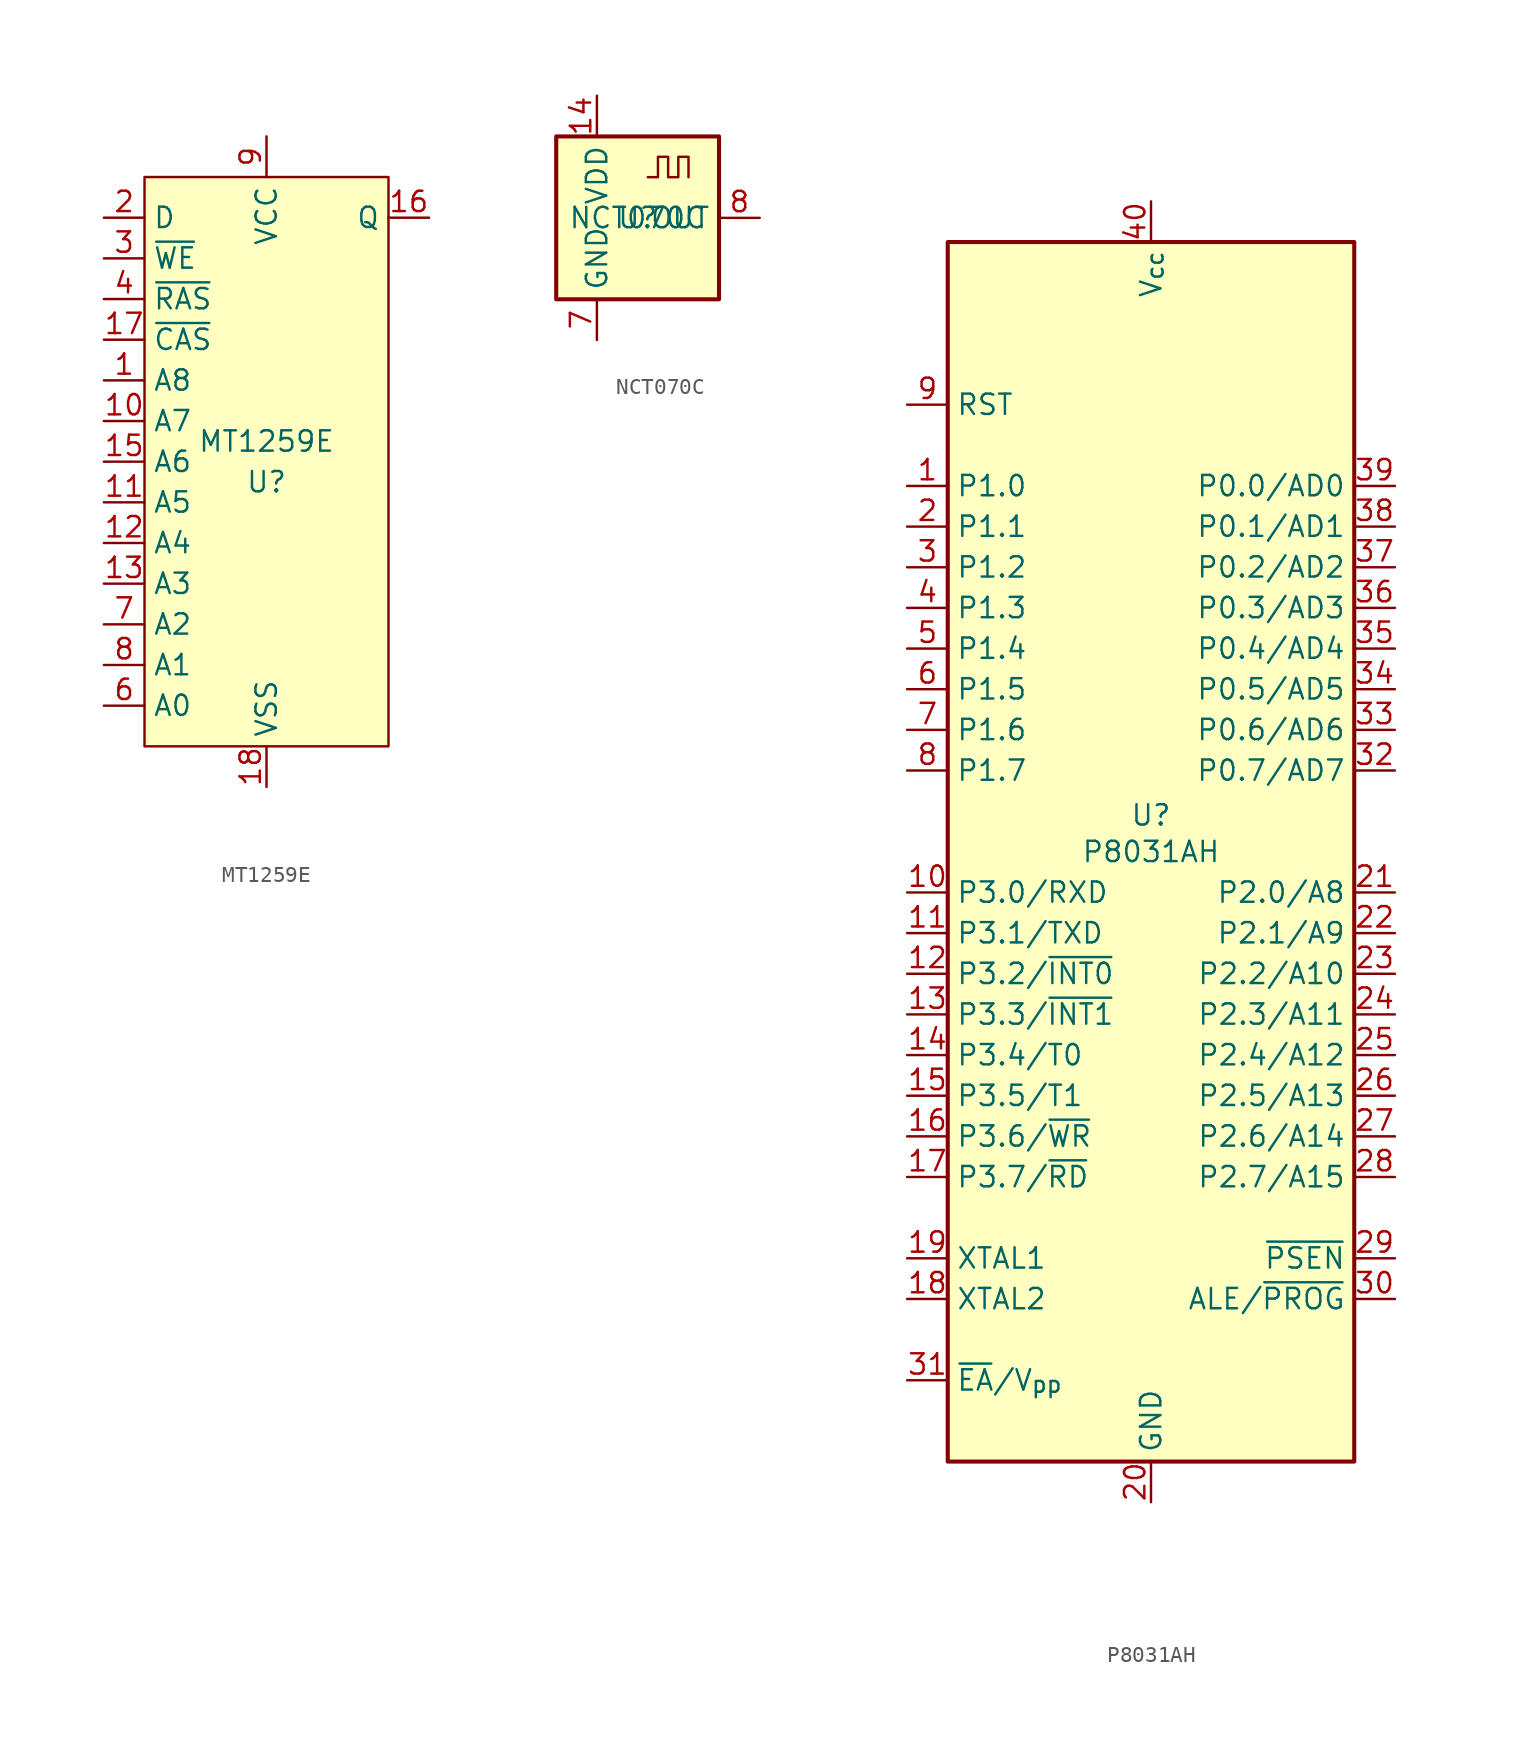
<source format=kicad_sym>
(kicad_symbol_lib
  (version 20231120)
  (generator "kicad_symbol_editor")
  (generator_version "8.0")
  (symbol "MT1259E"
    (property "Reference" "U"
      (at 0 -1.27 0)
      (do_not_autoplace)
      (effects (font (size 1.27 1.27))))
    (property "Value" "MT1259E"
      (at 0 1.27 0)
      (do_not_autoplace)
      (effects (font (size 1.27 1.27))))
    (symbol "MT1259E_0_1"
      (rectangle (start -7.62 17.78) (end 7.62 -17.78) (stroke (width 0) (type default)) (fill (type background))))
    (symbol "MT1259E_1_1"
      (pin input line (at -10.16 5.08 0) (length 2.54) (name "A8" (effects (font (size 1.27 1.27)))) (number "1" (effects (font (size 1.27 1.27)))))
      (pin input line (at -10.16 2.54 0) (length 2.54) (name "A7" (effects (font (size 1.27 1.27)))) (number "10" (effects (font (size 1.27 1.27)))))
      (pin input line (at -10.16 -2.54 0) (length 2.54) (name "A5" (effects (font (size 1.27 1.27)))) (number "11" (effects (font (size 1.27 1.27)))))
      (pin input line (at -10.16 -5.08 0) (length 2.54) (name "A4" (effects (font (size 1.27 1.27)))) (number "12" (effects (font (size 1.27 1.27)))))
      (pin input line (at -10.16 -7.62 0) (length 2.54) (name "A3" (effects (font (size 1.27 1.27)))) (number "13" (effects (font (size 1.27 1.27)))))
      (pin input line (at -10.16 0 0) (length 2.54) (name "A6" (effects (font (size 1.27 1.27)))) (number "15" (effects (font (size 1.27 1.27)))))
      (pin output line (at 10.16 15.24 180) (length 2.54) (name "Q" (effects (font (size 1.27 1.27)))) (number "16" (effects (font (size 1.27 1.27)))))
      (pin input line (at -10.16 7.62 0) (length 2.54) (name "~{CAS}" (effects (font (size 1.27 1.27)))) (number "17" (effects (font (size 1.27 1.27)))))
      (pin power_in line (at 0 -20.32 90) (length 2.54) (name "VSS" (effects (font (size 1.27 1.27)))) (number "18" (effects (font (size 1.27 1.27)))))
      (pin input line (at -10.16 15.24 0) (length 2.54) (name "D" (effects (font (size 1.27 1.27)))) (number "2" (effects (font (size 1.27 1.27)))))
      (pin input line (at -10.16 12.7 0) (length 2.54) (name "~{WE}" (effects (font (size 1.27 1.27)))) (number "3" (effects (font (size 1.27 1.27)))))
      (pin input line (at -10.16 10.16 0) (length 2.54) (name "~{RAS}" (effects (font (size 1.27 1.27)))) (number "4" (effects (font (size 1.27 1.27)))))
      (pin input line (at -10.16 -15.24 0) (length 2.54) (name "A0" (effects (font (size 1.27 1.27)))) (number "6" (effects (font (size 1.27 1.27)))))
      (pin input line (at -10.16 -10.16 0) (length 2.54) (name "A2" (effects (font (size 1.27 1.27)))) (number "7" (effects (font (size 1.27 1.27)))))
      (pin input line (at -10.16 -12.7 0) (length 2.54) (name "A1" (effects (font (size 1.27 1.27)))) (number "8" (effects (font (size 1.27 1.27)))))
      (pin power_in line (at 0 20.32 270) (length 2.54) (name "VCC" (effects (font (size 1.27 1.27)))) (number "9" (effects (font (size 1.27 1.27)))))))
  (symbol "NCT070C"
    (property "Reference" "U"
      (at 0 0 0)
      (effects (font (size 1.27 1.27))))
    (property "Value" "NCT070C"
      (at 0 0 0)
      (effects (font (size 1.27 1.27))))
    (symbol "NCT070C_0_1"
      (rectangle (start -5.08 5.08) (end 5.08 -5.08) (stroke (width 0.254) (type default)) (fill (type background)))
      (polyline (pts (xy 0.635 2.54) (xy 1.27 2.54) (xy 1.27 3.81) (xy 1.905 3.81) (xy 1.905 2.54) (xy 2.54 2.54) (xy 2.54 3.81) (xy 3.175 3.81) (xy 3.175 2.54)) (stroke (width 0) (type default)) (fill (type none))))
    (symbol "NCT070C_1_1"
      (pin power_in line (at -2.54 7.62 270) (length 2.54) (name "VDD" (effects (font (size 1.27 1.27)))) (number "14" (effects (font (size 1.27 1.27)))))
      (pin passive line (at -2.54 -7.62 90) (length 2.54) hide (name "GND" (effects (font (size 1.27 1.27)))) (number "2" (effects (font (size 1.27 1.27)))))
      (pin power_in line (at -2.54 -7.62 90) (length 2.54) (name "GND" (effects (font (size 1.27 1.27)))) (number "7" (effects (font (size 1.27 1.27)))))
      (pin output line (at 7.62 0 180) (length 2.54) (name "OUT" (effects (font (size 1.27 1.27)))) (number "8" (effects (font (size 1.27 1.27)))))))
  (symbol "P8031AH"
    (property "Reference" "U"
      (at 0 2.286 0)
      (do_not_autoplace)
      (effects (font (size 1.27 1.27))))
    (property "Value" "P8031AH"
      (at 0 0 0)
      (do_not_autoplace)
      (effects (font (size 1.27 1.27))))
    (symbol "P8031AH_1_0"
      (pin bidirectional line (at -15.24 17.78 0) (length 2.54) (name "P1.2" (effects (font (size 1.27 1.27)))) (number "3" (effects (font (size 1.27 1.27))))))
    (symbol "P8031AH_1_1"
      (polyline (pts (xy -12.7 38.1) (xy 12.7 38.1) (xy 12.7 -38.1) (xy -12.7 -38.1) (xy -12.7 38.1)) (stroke (width 0.254) (type default)) (fill (type background)))
      (pin bidirectional line (at -15.24 22.86 0) (length 2.54) (name "P1.0" (effects (font (size 1.27 1.27)))) (number "1" (effects (font (size 1.27 1.27)))))
      (pin bidirectional line (at -15.24 -2.54 0) (length 2.54) (name "P3.0/RXD" (effects (font (size 1.27 1.27)))) (number "10" (effects (font (size 1.27 1.27)))) (alternate "RXD" input line))
      (pin bidirectional line (at -15.24 -5.08 0) (length 2.54) (name "P3.1/TXD" (effects (font (size 1.27 1.27)))) (number "11" (effects (font (size 1.27 1.27)))) (alternate "TXD" output line))
      (pin bidirectional line (at -15.24 -7.62 0) (length 2.54) (name "P3.2/~{INT0}" (effects (font (size 1.27 1.27)))) (number "12" (effects (font (size 1.27 1.27)))) (alternate "~{INT0}" input line))
      (pin bidirectional line (at -15.24 -10.16 0) (length 2.54) (name "P3.3/~{INT1}" (effects (font (size 1.27 1.27)))) (number "13" (effects (font (size 1.27 1.27)))) (alternate "~{INT1}" input line))
      (pin bidirectional line (at -15.24 -12.7 0) (length 2.54) (name "P3.4/T0" (effects (font (size 1.27 1.27)))) (number "14" (effects (font (size 1.27 1.27)))) (alternate "T0" input line))
      (pin bidirectional line (at -15.24 -15.24 0) (length 2.54) (name "P3.5/T1" (effects (font (size 1.27 1.27)))) (number "15" (effects (font (size 1.27 1.27)))) (alternate "T1" input line))
      (pin bidirectional line (at -15.24 -17.78 0) (length 2.54) (name "P3.6/~{WR}" (effects (font (size 1.27 1.27)))) (number "16" (effects (font (size 1.27 1.27)))) (alternate "~{WR}" output line))
      (pin bidirectional line (at -15.24 -20.32 0) (length 2.54) (name "P3.7/~{RD}" (effects (font (size 1.27 1.27)))) (number "17" (effects (font (size 1.27 1.27)))) (alternate "~{RD}" input line))
      (pin input line (at -15.24 -27.94 0) (length 2.54) (name "XTAL2" (effects (font (size 1.27 1.27)))) (number "18" (effects (font (size 1.27 1.27)))))
      (pin input line (at -15.24 -25.4 0) (length 2.54) (name "XTAL1" (effects (font (size 1.27 1.27)))) (number "19" (effects (font (size 1.27 1.27)))))
      (pin bidirectional line (at -15.24 20.32 0) (length 2.54) (name "P1.1" (effects (font (size 1.27 1.27)))) (number "2" (effects (font (size 1.27 1.27)))))
      (pin power_in line (at 0 -40.64 90) (length 2.54) (name "GND" (effects (font (size 1.27 1.27)))) (number "20" (effects (font (size 1.27 1.27)))))
      (pin bidirectional line (at 15.24 -2.54 180) (length 2.54) (name "P2.0/A8" (effects (font (size 1.27 1.27)))) (number "21" (effects (font (size 1.27 1.27)))))
      (pin bidirectional line (at 15.24 -5.08 180) (length 2.54) (name "P2.1/A9" (effects (font (size 1.27 1.27)))) (number "22" (effects (font (size 1.27 1.27)))))
      (pin bidirectional line (at 15.24 -7.62 180) (length 2.54) (name "P2.2/A10" (effects (font (size 1.27 1.27)))) (number "23" (effects (font (size 1.27 1.27)))))
      (pin bidirectional line (at 15.24 -10.16 180) (length 2.54) (name "P2.3/A11" (effects (font (size 1.27 1.27)))) (number "24" (effects (font (size 1.27 1.27)))))
      (pin bidirectional line (at 15.24 -12.7 180) (length 2.54) (name "P2.4/A12" (effects (font (size 1.27 1.27)))) (number "25" (effects (font (size 1.27 1.27)))))
      (pin bidirectional line (at 15.24 -15.24 180) (length 2.54) (name "P2.5/A13" (effects (font (size 1.27 1.27)))) (number "26" (effects (font (size 1.27 1.27)))))
      (pin bidirectional line (at 15.24 -17.78 180) (length 2.54) (name "P2.6/A14" (effects (font (size 1.27 1.27)))) (number "27" (effects (font (size 1.27 1.27)))))
      (pin bidirectional line (at 15.24 -20.32 180) (length 2.54) (name "P2.7/A15" (effects (font (size 1.27 1.27)))) (number "28" (effects (font (size 1.27 1.27)))))
      (pin output line (at 15.24 -25.4 180) (length 2.54) (name "~{PSEN}" (effects (font (size 1.27 1.27)))) (number "29" (effects (font (size 1.27 1.27)))))
      (pin output line (at 15.24 -27.94 180) (length 2.54) (name "ALE/~{PROG}" (effects (font (size 1.27 1.27)))) (number "30" (effects (font (size 1.27 1.27)))) (alternate "~{PROG}" input line))
      (pin input line (at -15.24 -33.02 0) (length 2.54) (name "~{EA}/V_{pp}" (effects (font (size 1.27 1.27)))) (number "31" (effects (font (size 1.27 1.27)))))
      (pin bidirectional line (at 15.24 5.08 180) (length 2.54) (name "P0.7/AD7" (effects (font (size 1.27 1.27)))) (number "32" (effects (font (size 1.27 1.27)))))
      (pin bidirectional line (at 15.24 7.62 180) (length 2.54) (name "P0.6/AD6" (effects (font (size 1.27 1.27)))) (number "33" (effects (font (size 1.27 1.27)))))
      (pin bidirectional line (at 15.24 10.16 180) (length 2.54) (name "P0.5/AD5" (effects (font (size 1.27 1.27)))) (number "34" (effects (font (size 1.27 1.27)))))
      (pin bidirectional line (at 15.24 12.7 180) (length 2.54) (name "P0.4/AD4" (effects (font (size 1.27 1.27)))) (number "35" (effects (font (size 1.27 1.27)))))
      (pin bidirectional line (at 15.24 15.24 180) (length 2.54) (name "P0.3/AD3" (effects (font (size 1.27 1.27)))) (number "36" (effects (font (size 1.27 1.27)))))
      (pin bidirectional line (at 15.24 17.78 180) (length 2.54) (name "P0.2/AD2" (effects (font (size 1.27 1.27)))) (number "37" (effects (font (size 1.27 1.27)))))
      (pin bidirectional line (at 15.24 20.32 180) (length 2.54) (name "P0.1/AD1" (effects (font (size 1.27 1.27)))) (number "38" (effects (font (size 1.27 1.27)))))
      (pin bidirectional line (at 15.24 22.86 180) (length 2.54) (name "P0.0/AD0" (effects (font (size 1.27 1.27)))) (number "39" (effects (font (size 1.27 1.27)))))
      (pin bidirectional line (at -15.24 15.24 0) (length 2.54) (name "P1.3" (effects (font (size 1.27 1.27)))) (number "4" (effects (font (size 1.27 1.27)))))
      (pin power_in line (at 0 40.64 270) (length 2.54) (name "V_{cc}" (effects (font (size 1.27 1.27)))) (number "40" (effects (font (size 1.27 1.27)))))
      (pin bidirectional line (at -15.24 12.7 0) (length 2.54) (name "P1.4" (effects (font (size 1.27 1.27)))) (number "5" (effects (font (size 1.27 1.27)))))
      (pin bidirectional line (at -15.24 10.16 0) (length 2.54) (name "P1.5" (effects (font (size 1.27 1.27)))) (number "6" (effects (font (size 1.27 1.27)))) (alternate "MOSI" output line))
      (pin bidirectional line (at -15.24 7.62 0) (length 2.54) (name "P1.6" (effects (font (size 1.27 1.27)))) (number "7" (effects (font (size 1.27 1.27)))) (alternate "MISO" input line))
      (pin bidirectional line (at -15.24 5.08 0) (length 2.54) (name "P1.7" (effects (font (size 1.27 1.27)))) (number "8" (effects (font (size 1.27 1.27)))))
      (pin input line (at -15.24 27.94 0) (length 2.54) (name "RST" (effects (font (size 1.27 1.27)))) (number "9" (effects (font (size 1.27 1.27))))))))
</source>
